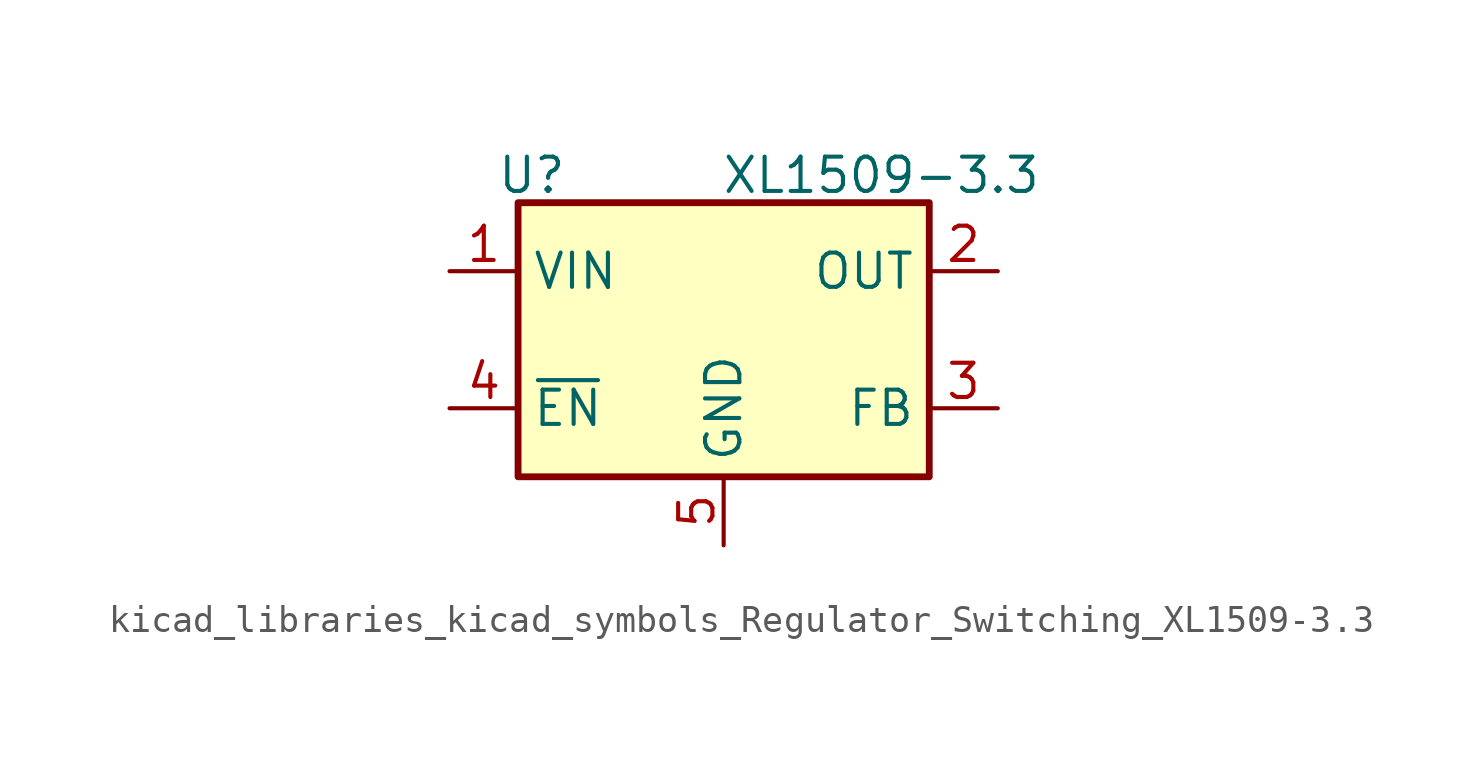
<source format=kicad_sym>
(kicad_symbol_lib
  (version 20220914)
  (generator kicad_symbol_editor)
  (symbol "kicad_libraries_kicad_symbols_Regulator_Switching_XL1509-3.3"
    (property "Reference" "U"
      (at -7.112 6.096 0)
      (effects (font (size 1.27 1.27))))
    (property "Value" "XL1509-3.3"
      (at 5.842 6.096 0)
      (effects (font (size 1.27 1.27))))
    (symbol "kicad_libraries_kicad_symbols_Regulator_Switching_XL1509-3.3_0_1"
      (rectangle (start -7.62 5.08) (end 7.62 -5.08) (stroke (width 0.254) (type default)) (fill (type background))))
    (symbol "kicad_libraries_kicad_symbols_Regulator_Switching_XL1509-3.3_1_1"
      (pin power_in line (at -10.16 2.54 0) (length 2.54) (name "VIN" (effects (font (size 1.27 1.27)))) (number "1" (effects (font (size 1.27 1.27)))))
      (pin power_out line (at 10.16 2.54 180) (length 2.54) (name "OUT" (effects (font (size 1.27 1.27)))) (number "2" (effects (font (size 1.27 1.27)))))
      (pin input line (at 10.16 -2.54 180) (length 2.54) (name "FB" (effects (font (size 1.27 1.27)))) (number "3" (effects (font (size 1.27 1.27)))))
      (pin input line (at -10.16 -2.54 0) (length 2.54) (name "~{EN}" (effects (font (size 1.27 1.27)))) (number "4" (effects (font (size 1.27 1.27)))))
      (pin power_in line (at 0 -7.62 90) (length 2.54) (name "GND" (effects (font (size 1.27 1.27)))) (number "5" (effects (font (size 1.27 1.27)))))
      (pin passive line (at 0 -7.62 90) (length 2.54) hide (name "GND" (effects (font (size 1.27 1.27)))) (number "6" (effects (font (size 1.27 1.27)))))
      (pin passive line (at 0 -7.62 90) (length 2.54) hide (name "GND" (effects (font (size 1.27 1.27)))) (number "7" (effects (font (size 1.27 1.27)))))
      (pin passive line (at 0 -7.62 90) (length 2.54) hide (name "GND" (effects (font (size 1.27 1.27)))) (number "8" (effects (font (size 1.27 1.27))))))))
</source>
